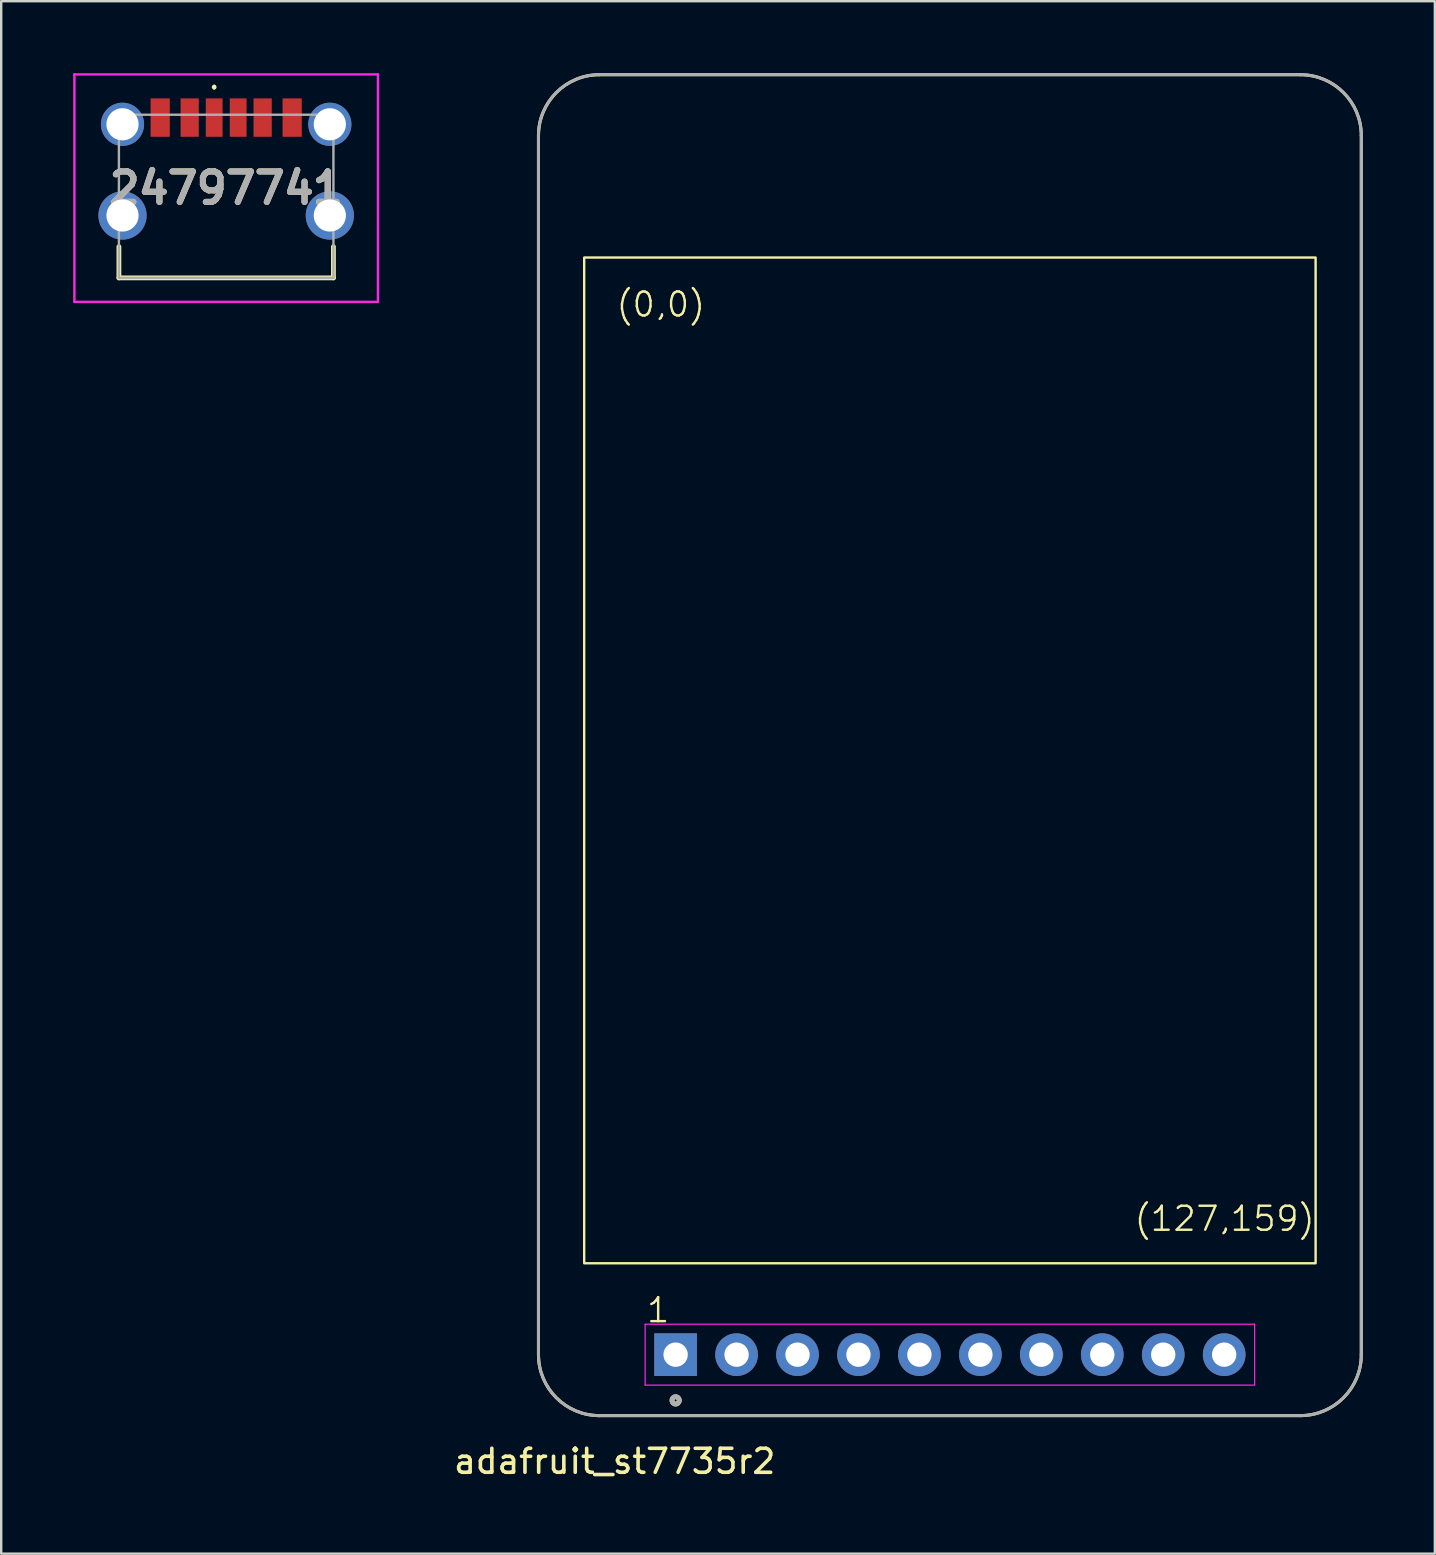
<source format=kicad_pcb>
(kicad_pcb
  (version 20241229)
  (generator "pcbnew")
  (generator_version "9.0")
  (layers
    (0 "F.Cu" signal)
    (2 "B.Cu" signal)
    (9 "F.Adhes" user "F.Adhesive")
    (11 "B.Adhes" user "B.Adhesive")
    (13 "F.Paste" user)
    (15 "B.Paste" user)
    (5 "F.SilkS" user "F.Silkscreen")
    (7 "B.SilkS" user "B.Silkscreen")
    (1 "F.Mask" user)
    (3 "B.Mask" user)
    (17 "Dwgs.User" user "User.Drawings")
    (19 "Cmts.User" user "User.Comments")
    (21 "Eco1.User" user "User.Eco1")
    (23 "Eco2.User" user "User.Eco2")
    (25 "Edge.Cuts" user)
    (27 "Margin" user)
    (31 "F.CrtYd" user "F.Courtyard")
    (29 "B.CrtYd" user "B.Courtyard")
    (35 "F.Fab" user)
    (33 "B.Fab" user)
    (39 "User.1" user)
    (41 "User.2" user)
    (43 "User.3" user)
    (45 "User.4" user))
  (footprint "24797741"
    (layer "F.Cu")
    (at 6.375 4.79)
    (property "Reference" "24797741" (at 0 0 0) (layer "F.SilkS") (effects (font (size 1.27 1.27) (thickness 0.254))))
    (attr through_hole)
    (fp_line (start -4.47 2.44) (end -4.47 3.74) (stroke (width 0.2) (type solid)) (layer "F.SilkS"))
    (fp_line (start -4.47 3.74) (end 4.47 3.74) (stroke (width 0.2) (type solid)) (layer "F.SilkS"))
    (fp_line (start -0.5 -4.26) (end -0.5 -4.26) (stroke (width 0.1) (type solid)) (layer "F.SilkS"))
    (fp_line (start -0.5 -4.16) (end -0.5 -4.16) (stroke (width 0.1) (type solid)) (layer "F.SilkS"))
    (fp_line (start 4.47 3.74) (end 4.47 2.44) (stroke (width 0.2) (type solid)) (layer "F.SilkS"))
    (fp_arc (start -0.5 -4.26) (mid -0.45 -4.21) (end -0.5 -4.16) (stroke (width 0.1) (type solid)) (layer "F.SilkS"))
    (fp_arc (start -0.5 -4.16) (mid -0.55 -4.21) (end -0.5 -4.26) (stroke (width 0.1) (type solid)) (layer "F.SilkS"))
    (fp_line (start -6.325 -4.74) (end 6.325 -4.74) (stroke (width 0.1) (type solid)) (layer "F.CrtYd"))
    (fp_line (start -6.325 4.74) (end -6.325 -4.74) (stroke (width 0.1) (type solid)) (layer "F.CrtYd"))
    (fp_line (start 6.325 -4.74) (end 6.325 4.74) (stroke (width 0.1) (type solid)) (layer "F.CrtYd"))
    (fp_line (start 6.325 4.74) (end -6.325 4.74) (stroke (width 0.1) (type solid)) (layer "F.CrtYd"))
    (fp_line (start -4.47 -3.06) (end 4.47 -3.06) (stroke (width 0.1) (type solid)) (layer "F.Fab"))
    (fp_line (start -4.47 3.74) (end -4.47 -3.06) (stroke (width 0.1) (type solid)) (layer "F.Fab"))
    (fp_line (start 4.47 -3.06) (end 4.47 3.74) (stroke (width 0.1) (type solid)) (layer "F.Fab"))
    (fp_line (start 4.47 3.74) (end -4.47 3.74) (stroke (width 0.1) (type solid)) (layer "F.Fab"))
    (fp_text user "${REFERENCE}" (at 0 0 0) (layer "F.Fab") (effects (font (size 1.27 1.27) (thickness 0.254))))
    (pad "1" thru_hole circle (at -4.32 -2.66) (size 1.8 1.8) (drill 1.34) (layers "*.Cu" "*.Mask"))
    (pad "2" thru_hole circle (at -4.32 1.14) (size 2.01 2.01) (drill 1.34) (layers "*.Cu" "*.Mask"))
    (pad "3" thru_hole circle (at 4.32 1.14) (size 2.01 2.01) (drill 1.34) (layers "*.Cu" "*.Mask"))
    (pad "4" thru_hole circle (at 4.32 -2.66) (size 1.8 1.8) (drill 1.34) (layers "*.Cu" "*.Mask"))
    (pad "A5" smd rect (at -0.5 -2.94) (size 0.7 1.6) (layers "F.Cu" "F.Mask" "F.Paste"))
    (pad "A9" smd rect (at 1.52 -2.94) (size 0.76 1.6) (layers "F.Cu" "F.Mask" "F.Paste"))
    (pad "A12" smd rect (at 2.75 -2.94) (size 0.8 1.6) (layers "F.Cu" "F.Mask" "F.Paste"))
    (pad "B5" smd rect (at 0.5 -2.94) (size 0.7 1.6) (layers "F.Cu" "F.Mask" "F.Paste"))
    (pad "B9" smd rect (at -1.52 -2.94) (size 0.76 1.6) (layers "F.Cu" "F.Mask" "F.Paste"))
    (pad "B12" smd rect (at -2.75 -2.94) (size 0.8 1.6) (layers "F.Cu" "F.Mask" "F.Paste")))
  (footprint "adafruit_st7735r2"
    (layer "F.Cu")
    (at 36.535 28.003)
    (property "Reference" "adafruit_st7735r2" (at -13.97 29.845 0) (layer "F.SilkS") (effects (font (size 1 1) (thickness 0.15))))
    (attr through_hole)
    (fp_line (start -17.145 -25.4) (end -17.145 25.4) (stroke (width 0.127) (type solid)) (layer "F.SilkS"))
    (fp_line (start -14.605 27.94) (end 14.605 27.94) (stroke (width 0.127) (type solid)) (layer "F.SilkS"))
    (fp_line (start 14.605 -27.94) (end -14.605 -27.94) (stroke (width 0.127) (type solid)) (layer "F.SilkS"))
    (fp_line (start 17.145 25.4) (end 17.145 -25.4) (stroke (width 0.127) (type solid)) (layer "F.SilkS"))
    (fp_rect (start -15.24 -20.32) (end 15.24 21.59) (stroke (width 0.1) (type default)) (fill no) (layer "F.SilkS"))
    (fp_arc (start -17.145 -25.4) (mid -16.401051 -27.196051) (end -14.605 -27.94) (stroke (width 0.127) (type solid)) (layer "F.SilkS"))
    (fp_arc (start -14.605 27.94) (mid -16.401051 27.196051) (end -17.145 25.4) (stroke (width 0.127) (type solid)) (layer "F.SilkS"))
    (fp_arc (start 14.605 -27.94) (mid 16.401051 -27.196051) (end 17.145 -25.4) (stroke (width 0.127) (type solid)) (layer "F.SilkS"))
    (fp_arc (start 17.145 25.4) (mid 16.401051 27.196051) (end 14.605 27.94) (stroke (width 0.127) (type solid)) (layer "F.SilkS"))
    (fp_circle (center -11.43 27.305) (end -11.278 27.305) (stroke (width 0.203) (type solid)) (fill no) (layer "F.SilkS"))
    (fp_line (start -12.7 24.13) (end -12.7 26.67) (stroke (width 0.05) (type solid)) (layer "F.CrtYd"))
    (fp_line (start -12.7 26.67) (end 12.7 26.67) (stroke (width 0.05) (type solid)) (layer "F.CrtYd"))
    (fp_line (start 12.7 24.13) (end -12.7 24.13) (stroke (width 0.05) (type solid)) (layer "F.CrtYd"))
    (fp_line (start 12.7 26.67) (end 12.7 24.13) (stroke (width 0.05) (type solid)) (layer "F.CrtYd"))
    (fp_line (start -17.145 -25.4) (end -17.145 25.4) (stroke (width 0.127) (type solid)) (layer "F.Fab"))
    (fp_line (start -14.605 27.94) (end 14.605 27.94) (stroke (width 0.127) (type solid)) (layer "F.Fab"))
    (fp_line (start 14.605 -27.94) (end -14.605 -27.94) (stroke (width 0.127) (type solid)) (layer "F.Fab"))
    (fp_line (start 17.145 25.4) (end 17.145 -25.4) (stroke (width 0.127) (type solid)) (layer "F.Fab"))
    (fp_arc (start -17.145 -25.4) (mid -16.401051 -27.196051) (end -14.605 -27.94) (stroke (width 0.127) (type solid)) (layer "F.Fab"))
    (fp_arc (start -14.605 27.94) (mid -16.401051 27.196051) (end -17.145 25.4) (stroke (width 0.127) (type solid)) (layer "F.Fab"))
    (fp_arc (start 14.605 -27.94) (mid 16.401051 -27.196051) (end 17.145 -25.4) (stroke (width 0.127) (type solid)) (layer "F.Fab"))
    (fp_arc (start 17.145 25.4) (mid 16.401051 27.196051) (end 14.605 27.94) (stroke (width 0.127) (type solid)) (layer "F.Fab"))
    (fp_circle (center -11.43 27.305) (end -11.278 27.305) (stroke (width 0.203) (type solid)) (fill no) (layer "F.Fab"))
    (fp_text user "1" (at -12.7 24.13 0) (unlocked yes) (layer "F.SilkS") (effects (font (size 1 1) (thickness 0.1)) (justify left bottom)))
    (fp_text user "(0,0)" (at -13.97 -17.78 0) (unlocked yes) (layer "F.SilkS") (effects (font (size 1 1) (thickness 0.1)) (justify left bottom)))
    (fp_text user "(127,159)" (at 7.62 20.32 0) (unlocked yes) (layer "F.SilkS") (effects (font (size 1 1) (thickness 0.1)) (justify left bottom)))
    (pad "1" thru_hole rect (at -11.43 25.4 90) (size 1.778 1.778) (drill 1.016) (layers "*.Cu" "*.Mask"))
    (pad "2" thru_hole circle (at -8.89 25.4 90) (size 1.778 1.778) (drill 1.016) (layers "*.Cu" "*.Mask"))
    (pad "3" thru_hole circle (at -6.35 25.4 90) (size 1.778 1.778) (drill 1.016) (layers "*.Cu" "*.Mask"))
    (pad "4" thru_hole circle (at -3.81 25.4 90) (size 1.778 1.778) (drill 1.016) (layers "*.Cu" "*.Mask"))
    (pad "5" thru_hole circle (at -1.27 25.4 90) (size 1.778 1.778) (drill 1.016) (layers "*.Cu" "*.Mask"))
    (pad "6" thru_hole circle (at 1.27 25.4 90) (size 1.778 1.778) (drill 1.016) (layers "*.Cu" "*.Mask"))
    (pad "7" thru_hole circle (at 3.81 25.4 90) (size 1.778 1.778) (drill 1.016) (layers "*.Cu" "*.Mask"))
    (pad "8" thru_hole circle (at 6.35 25.4 90) (size 1.778 1.778) (drill 1.016) (layers "*.Cu" "*.Mask"))
    (pad "9" thru_hole circle (at 8.89 25.4 90) (size 1.778 1.778) (drill 1.016) (layers "*.Cu" "*.Mask"))
    (pad "10" thru_hole circle (at 11.43 25.4 90) (size 1.778 1.778) (drill 1.016) (layers "*.Cu" "*.Mask")))
  (gr_rect
    (start -3 -3)
    (end 56.744 61.697)
    (stroke (width 0.1) (type default))
    (fill no)
    (layer "Edge.Cuts")))
</source>
